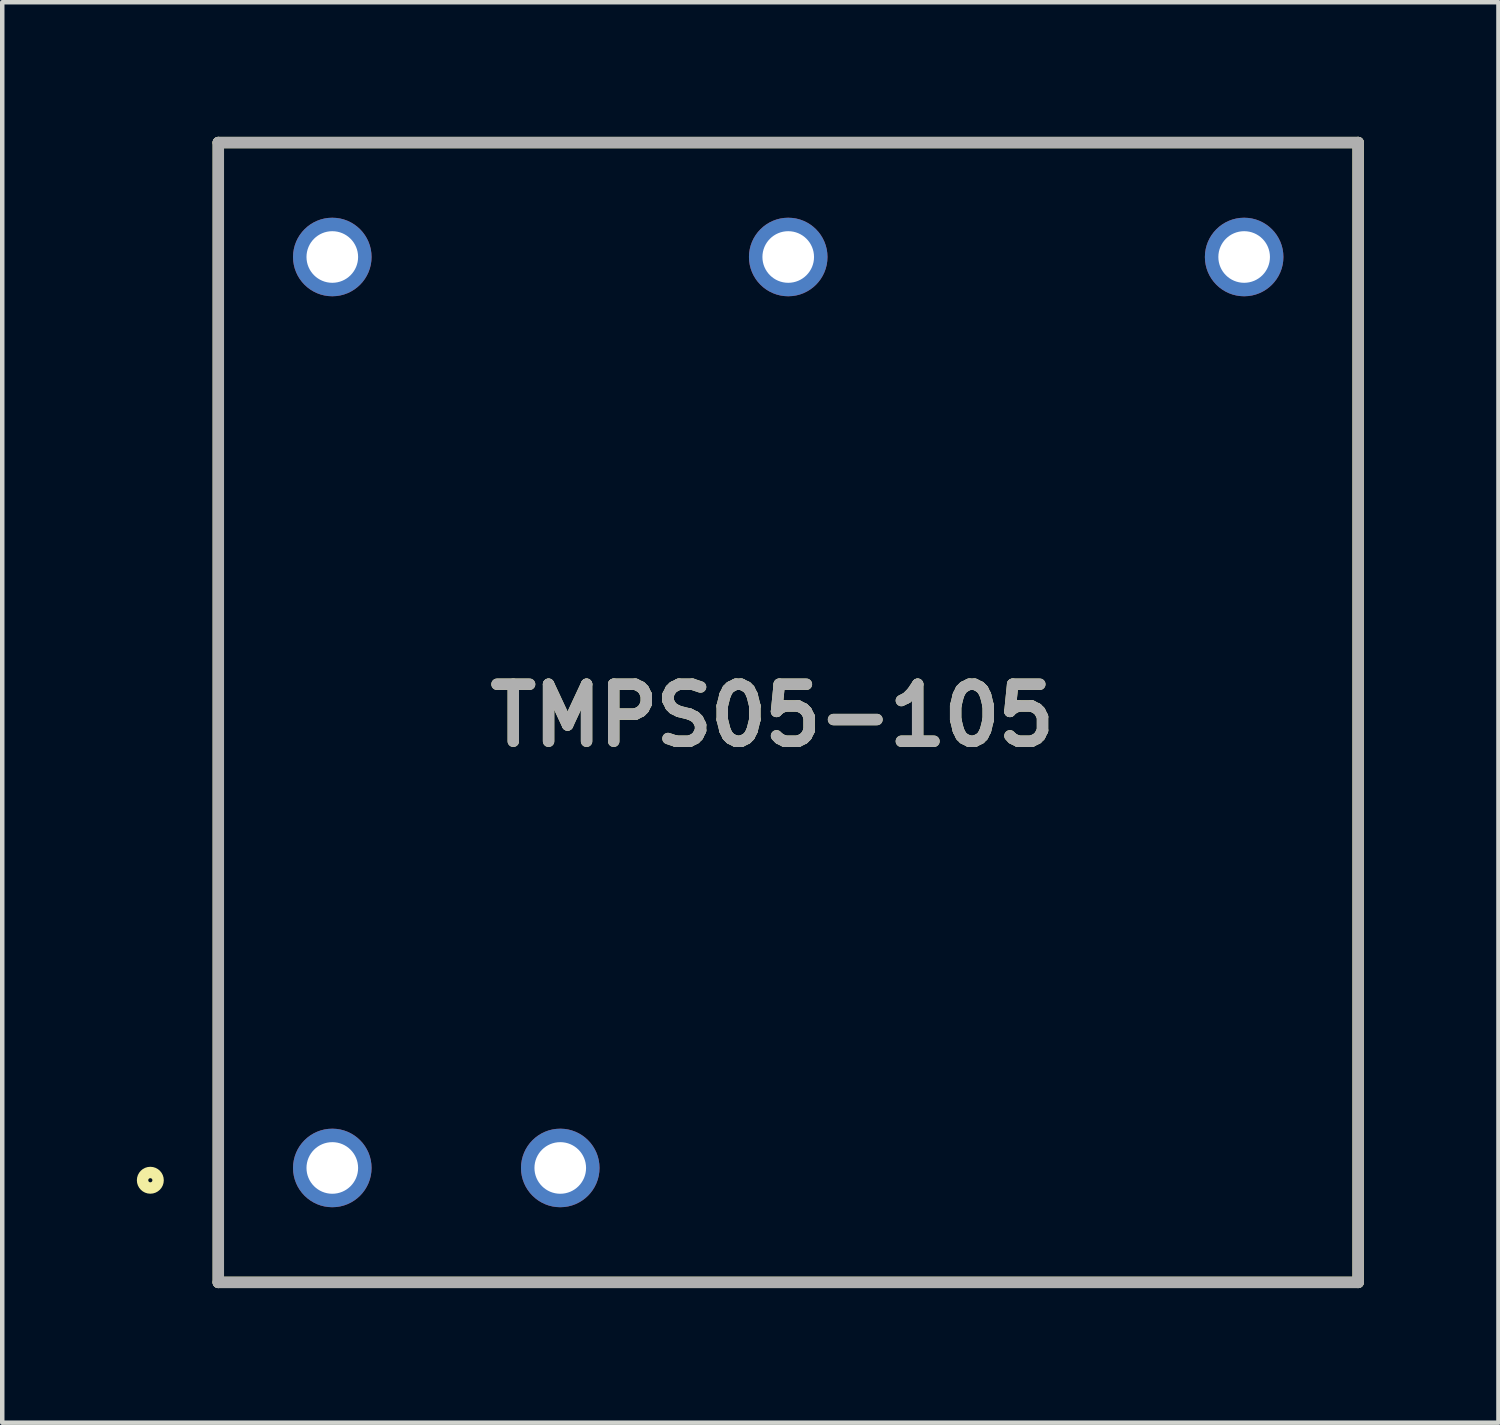
<source format=kicad_pcb>
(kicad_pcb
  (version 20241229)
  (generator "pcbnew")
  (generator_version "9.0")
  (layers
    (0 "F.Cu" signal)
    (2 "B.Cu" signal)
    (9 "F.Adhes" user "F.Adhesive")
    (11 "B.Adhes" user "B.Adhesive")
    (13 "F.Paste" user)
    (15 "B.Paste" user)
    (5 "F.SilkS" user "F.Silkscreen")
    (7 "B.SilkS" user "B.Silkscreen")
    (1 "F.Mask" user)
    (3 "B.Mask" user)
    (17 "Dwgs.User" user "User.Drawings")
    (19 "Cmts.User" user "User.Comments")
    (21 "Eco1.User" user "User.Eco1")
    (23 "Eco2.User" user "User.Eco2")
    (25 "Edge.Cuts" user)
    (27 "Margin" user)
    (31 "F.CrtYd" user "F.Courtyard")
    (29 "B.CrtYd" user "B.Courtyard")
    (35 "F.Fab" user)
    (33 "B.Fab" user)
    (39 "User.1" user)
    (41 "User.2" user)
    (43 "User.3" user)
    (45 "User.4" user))
  (footprint "TMPS05-105"
    (layer "F.Cu")
    (at 14.515 12.827)
    (property "Reference" "TMPS05-105" (at -0.351 0.067 0) (layer "F.SilkS") (effects (font (size 1.27 1.27) (thickness 0.254))))
    (attr through_hole)
    (fp_line (start -12.7 -12.7) (end 12.7 -12.7) (stroke (width 0.254) (type solid)) (layer "F.SilkS"))
    (fp_line (start -12.7 12.7) (end -12.7 -12.7) (stroke (width 0.254) (type solid)) (layer "F.SilkS"))
    (fp_line (start 12.7 -12.7) (end 12.7 12.7) (stroke (width 0.254) (type solid)) (layer "F.SilkS"))
    (fp_line (start 12.7 12.7) (end -12.7 12.7) (stroke (width 0.254) (type solid)) (layer "F.SilkS"))
    (fp_circle (center -14.215 10.424) (end -14.215 10.597) (stroke (width 0.254) (type solid)) (fill no) (layer "F.SilkS"))
    (fp_line (start -12.7 -12.7) (end 12.7 -12.7) (stroke (width 0.254) (type solid)) (layer "F.Fab"))
    (fp_line (start -12.7 12.7) (end -12.7 -12.7) (stroke (width 0.254) (type solid)) (layer "F.Fab"))
    (fp_line (start 12.7 -12.7) (end 12.7 12.7) (stroke (width 0.254) (type solid)) (layer "F.Fab"))
    (fp_line (start 12.7 12.7) (end -12.7 12.7) (stroke (width 0.254) (type solid)) (layer "F.Fab"))
    (fp_text user "${REFERENCE}" (at -0.351 0.067 0) (layer "F.Fab") (effects (font (size 1.27 1.27) (thickness 0.254))))
    (pad "1" thru_hole circle (at -10.16 10.15) (size 1.75 1.75) (drill 1.15) (layers "*.Cu" "*.Mask"))
    (pad "2" thru_hole circle (at -5.08 10.15) (size 1.75 1.75) (drill 1.15) (layers "*.Cu" "*.Mask"))
    (pad "3" thru_hole circle (at 10.16 -10.15) (size 1.75 1.75) (drill 1.15) (layers "*.Cu" "*.Mask"))
    (pad "4" thru_hole circle (at 0 -10.15) (size 1.75 1.75) (drill 1.15) (layers "*.Cu" "*.Mask"))
    (pad "5" thru_hole circle (at -10.16 -10.15) (size 1.75 1.75) (drill 1.15) (layers "*.Cu" "*.Mask")))
  (gr_rect
    (start -3 -3)
    (end 30.342 28.654)
    (stroke (width 0.1) (type default))
    (fill no)
    (layer "Edge.Cuts")))
</source>
